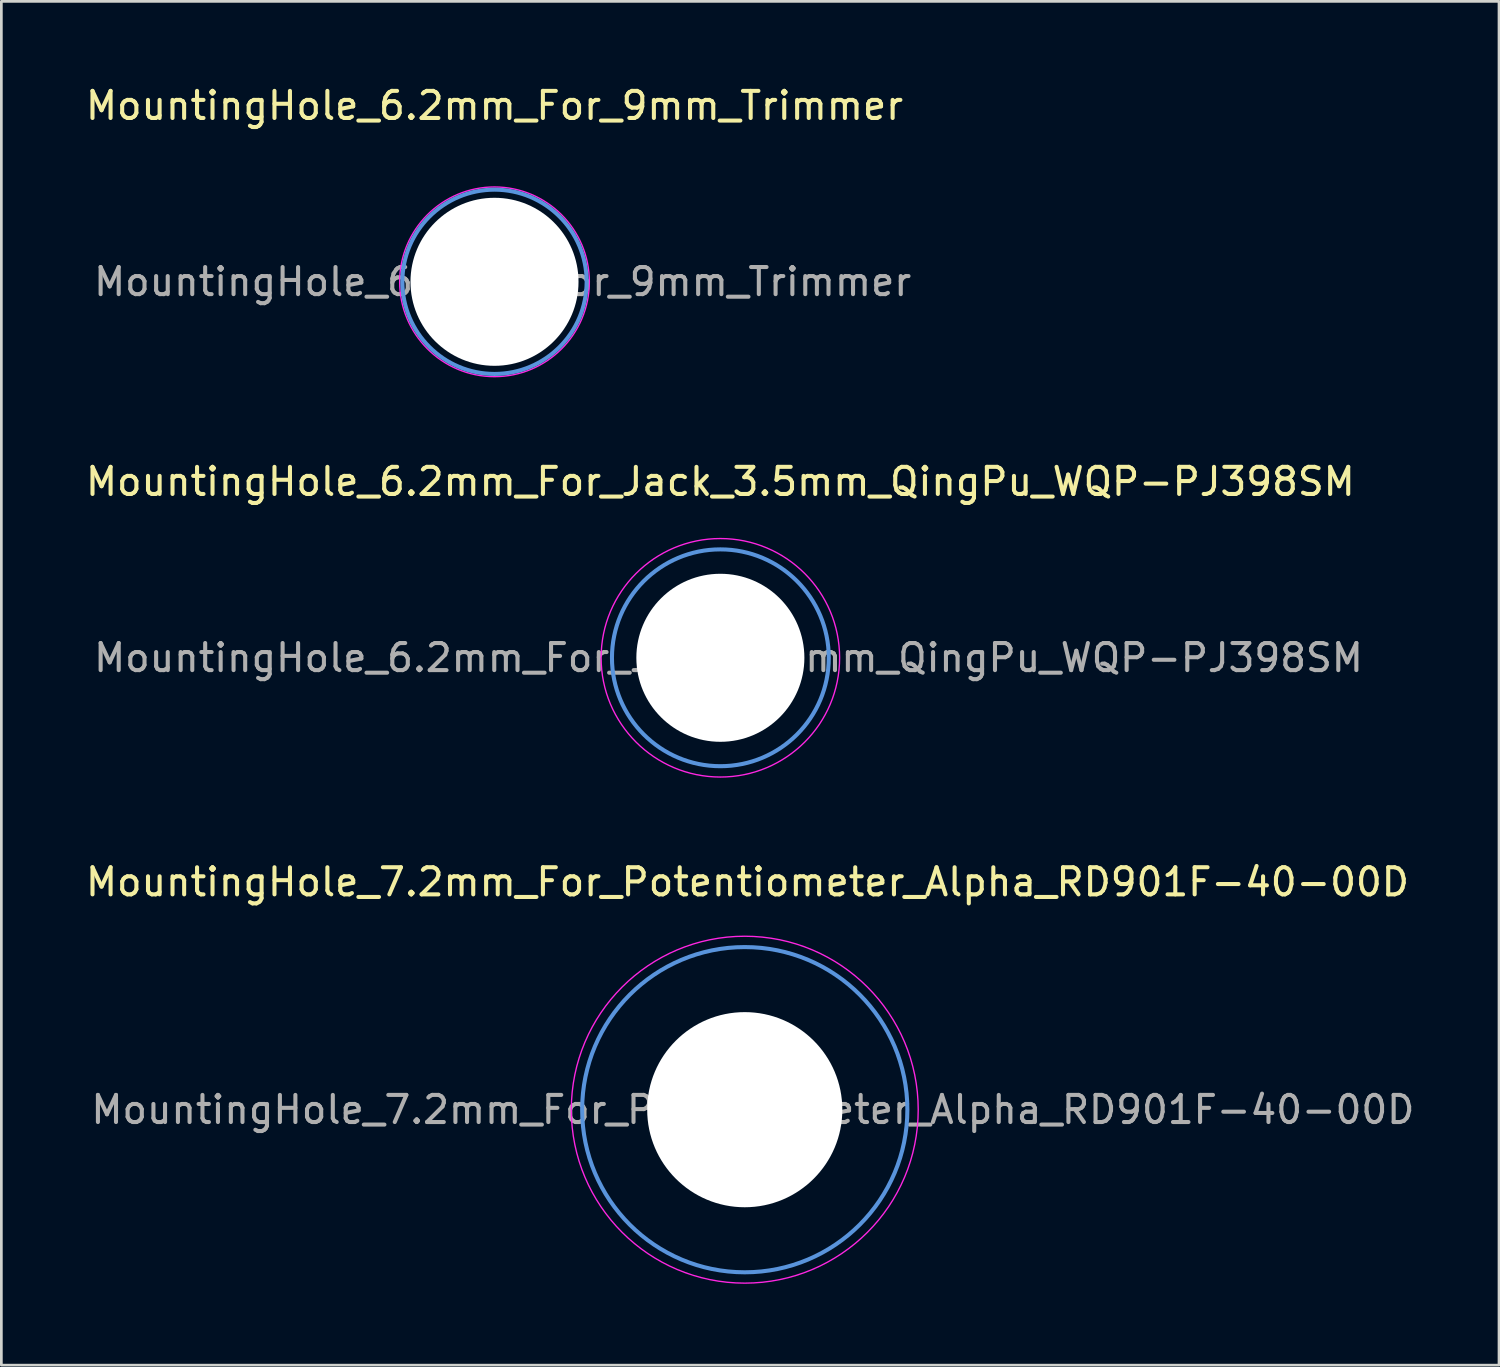
<source format=kicad_pcb>
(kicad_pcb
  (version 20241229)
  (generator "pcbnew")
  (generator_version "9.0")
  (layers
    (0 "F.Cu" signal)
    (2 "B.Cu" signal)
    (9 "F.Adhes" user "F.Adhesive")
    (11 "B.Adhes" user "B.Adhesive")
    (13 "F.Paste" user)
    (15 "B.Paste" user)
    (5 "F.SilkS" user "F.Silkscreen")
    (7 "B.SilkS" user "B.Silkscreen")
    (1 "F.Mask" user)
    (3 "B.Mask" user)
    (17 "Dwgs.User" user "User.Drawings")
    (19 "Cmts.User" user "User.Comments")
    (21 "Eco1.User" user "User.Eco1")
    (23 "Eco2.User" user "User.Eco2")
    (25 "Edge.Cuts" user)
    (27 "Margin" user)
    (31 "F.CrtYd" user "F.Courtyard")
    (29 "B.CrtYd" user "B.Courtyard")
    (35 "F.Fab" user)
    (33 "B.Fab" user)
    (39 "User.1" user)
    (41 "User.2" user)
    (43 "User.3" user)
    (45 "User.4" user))
  (footprint "MountingHole_7.2mm_For_Potentiometer_Alpha_RD901F-40-00D"
    (layer "F.Cu")
    (at 24.43 37.895)
    (property "Reference" "MountingHole_7.2mm_For_Potentiometer_Alpha_RD901F-40-00D" (at 0.1 -8.4 0) (layer "F.SilkS") (effects (font (size 1 1) (thickness 0.15))))
    (attr exclude_from_pos_files exclude_from_bom)
    (fp_circle (center 0 0) (end 6 0) (stroke (width 0.15) (type solid)) (fill no) (layer "Cmts.User"))
    (fp_circle (center 0 0) (end 6.4 0) (stroke (width 0.05) (type solid)) (fill no) (layer "F.CrtYd"))
    (fp_text user "${REFERENCE}" (at 0.3 0 0) (layer "F.Fab") (effects (font (size 1 1) (thickness 0.15))))
    (pad "" np_thru_hole circle (at 0 0) (size 7.2 7.2) (drill 7.2) (layers "*.Cu" "*.Mask")))
  (footprint "MountingHole_6.2mm_For_Jack_3.5mm_QingPu_WQP-PJ398SM"
    (layer "F.Cu")
    (at 23.53 21.221)
    (property "Reference" "MountingHole_6.2mm_For_Jack_3.5mm_QingPu_WQP-PJ398SM" (at 0 -6.5 0) (layer "F.SilkS") (effects (font (size 1 1) (thickness 0.15))))
    (attr exclude_from_pos_files exclude_from_bom)
    (fp_circle (center 0 0) (end 4 0) (stroke (width 0.15) (type solid)) (fill no) (layer "Cmts.User"))
    (fp_circle (center 0 0) (end 4.4 0) (stroke (width 0.05) (type solid)) (fill no) (layer "F.CrtYd"))
    (fp_text user "${REFERENCE}" (at 0.3 0 0) (layer "F.Fab") (effects (font (size 1 1) (thickness 0.15))))
    (pad "" np_thru_hole circle (at 0 0) (size 6.2 6.2) (drill 6.2) (layers "*.Cu" "*.Mask")))
  (footprint "MountingHole_6.2mm_For_9mm_Trimmer"
    (layer "F.Cu")
    (at 15.196 7.348)
    (property "Reference" "MountingHole_6.2mm_For_9mm_Trimmer" (at 0 -6.5 0) (layer "F.SilkS") (effects (font (size 1 1) (thickness 0.15))))
    (attr exclude_from_pos_files exclude_from_bom)
    (fp_circle (center 0 0) (end 3.4 0) (stroke (width 0.15) (type solid)) (fill no) (layer "Cmts.User"))
    (fp_circle (center 0 0) (end 3.5 0) (stroke (width 0.05) (type solid)) (fill no) (layer "F.CrtYd"))
    (fp_text user "${REFERENCE}" (at 0.3 0 0) (layer "F.Fab") (effects (font (size 1 1) (thickness 0.15))))
    (pad "" np_thru_hole circle (at 0 0) (size 6.2 6.2) (drill 6.2) (layers "*.Cu" "*.Mask")))
  (gr_rect
    (start -3 -3)
    (end 52.26 47.32)
    (stroke (width 0.1) (type default))
    (fill no)
    (layer "Edge.Cuts")))
</source>
